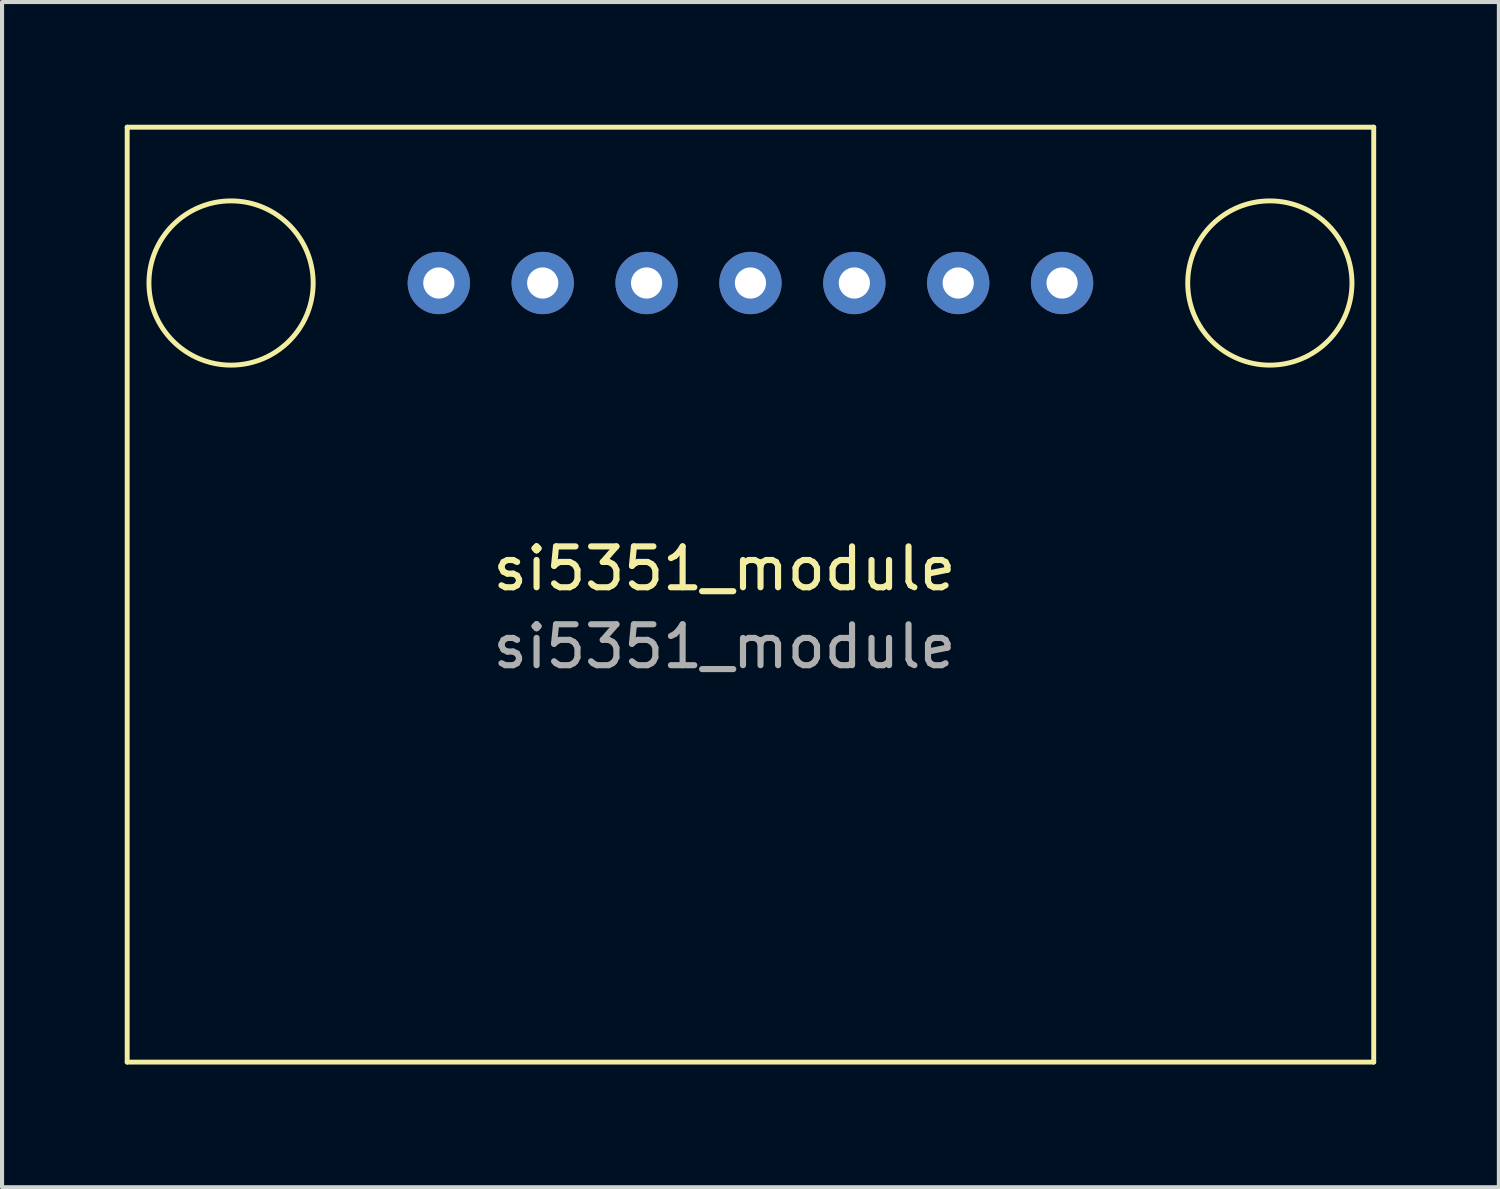
<source format=kicad_pcb>
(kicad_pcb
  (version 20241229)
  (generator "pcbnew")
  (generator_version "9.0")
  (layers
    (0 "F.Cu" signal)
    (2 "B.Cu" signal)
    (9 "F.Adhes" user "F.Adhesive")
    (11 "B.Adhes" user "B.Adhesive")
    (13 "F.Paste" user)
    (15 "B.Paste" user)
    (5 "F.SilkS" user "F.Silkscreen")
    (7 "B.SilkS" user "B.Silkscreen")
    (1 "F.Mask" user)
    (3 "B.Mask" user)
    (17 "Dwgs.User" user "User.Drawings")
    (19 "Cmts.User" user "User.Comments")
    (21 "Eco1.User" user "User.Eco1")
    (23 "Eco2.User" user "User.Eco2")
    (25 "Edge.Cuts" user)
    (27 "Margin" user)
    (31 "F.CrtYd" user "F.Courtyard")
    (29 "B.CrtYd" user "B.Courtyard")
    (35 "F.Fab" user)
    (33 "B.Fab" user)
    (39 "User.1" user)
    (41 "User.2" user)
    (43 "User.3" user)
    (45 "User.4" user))
  (footprint "si5351_module"
    (layer "F.Cu")
    (at 17.84 5.14)
    (property "Reference" "si5351_module" (at -3.175 5.715 0) (unlocked yes) (layer "F.SilkS") (effects (font (size 1 1) (thickness 0.15))))
    (attr through_hole)
    (fp_line (start -17.78 -5.08) (end 12.7 -5.08) (stroke (width 0.12) (type solid)) (layer "F.SilkS"))
    (fp_line (start -17.78 17.78) (end -17.78 -5.08) (stroke (width 0.12) (type solid)) (layer "F.SilkS"))
    (fp_line (start 12.7 -5.08) (end 12.7 17.78) (stroke (width 0.12) (type solid)) (layer "F.SilkS"))
    (fp_line (start 12.7 17.78) (end -17.78 17.78) (stroke (width 0.12) (type solid)) (layer "F.SilkS"))
    (fp_circle (center -15.24 -1.27) (end -13.335 -1.905) (stroke (width 0.12) (type solid)) (fill no) (layer "F.SilkS"))
    (fp_circle (center 10.16 -1.27) (end 12.065 -1.905) (stroke (width 0.12) (type solid)) (fill no) (layer "F.SilkS"))
    (fp_text user "${REFERENCE}" (at -3.175 7.62 0) (unlocked yes) (layer "F.Fab") (effects (font (size 1 1) (thickness 0.15))))
    (pad "1" thru_hole circle (at -10.16 -1.27) (size 1.524 1.524) (drill 0.762) (layers "*.Cu" "*.Mask"))
    (pad "2" thru_hole circle (at -7.62 -1.27) (size 1.524 1.524) (drill 0.762) (layers "*.Cu" "*.Mask"))
    (pad "3" thru_hole circle (at -5.08 -1.27) (size 1.524 1.524) (drill 0.762) (layers "*.Cu" "*.Mask"))
    (pad "4" thru_hole circle (at -2.54 -1.27) (size 1.524 1.524) (drill 0.762) (layers "*.Cu" "*.Mask"))
    (pad "5" thru_hole circle (at 0 -1.27) (size 1.524 1.524) (drill 0.762) (layers "*.Cu" "*.Mask"))
    (pad "6" thru_hole circle (at 2.54 -1.27) (size 1.524 1.524) (drill 0.762) (layers "*.Cu" "*.Mask"))
    (pad "7" thru_hole circle (at 5.08 -1.27) (size 1.524 1.524) (drill 0.762) (layers "*.Cu" "*.Mask")))
  (gr_rect
    (start -3 -3)
    (end 33.6 25.98)
    (stroke (width 0.1) (type default))
    (fill no)
    (layer "Edge.Cuts")))
</source>
